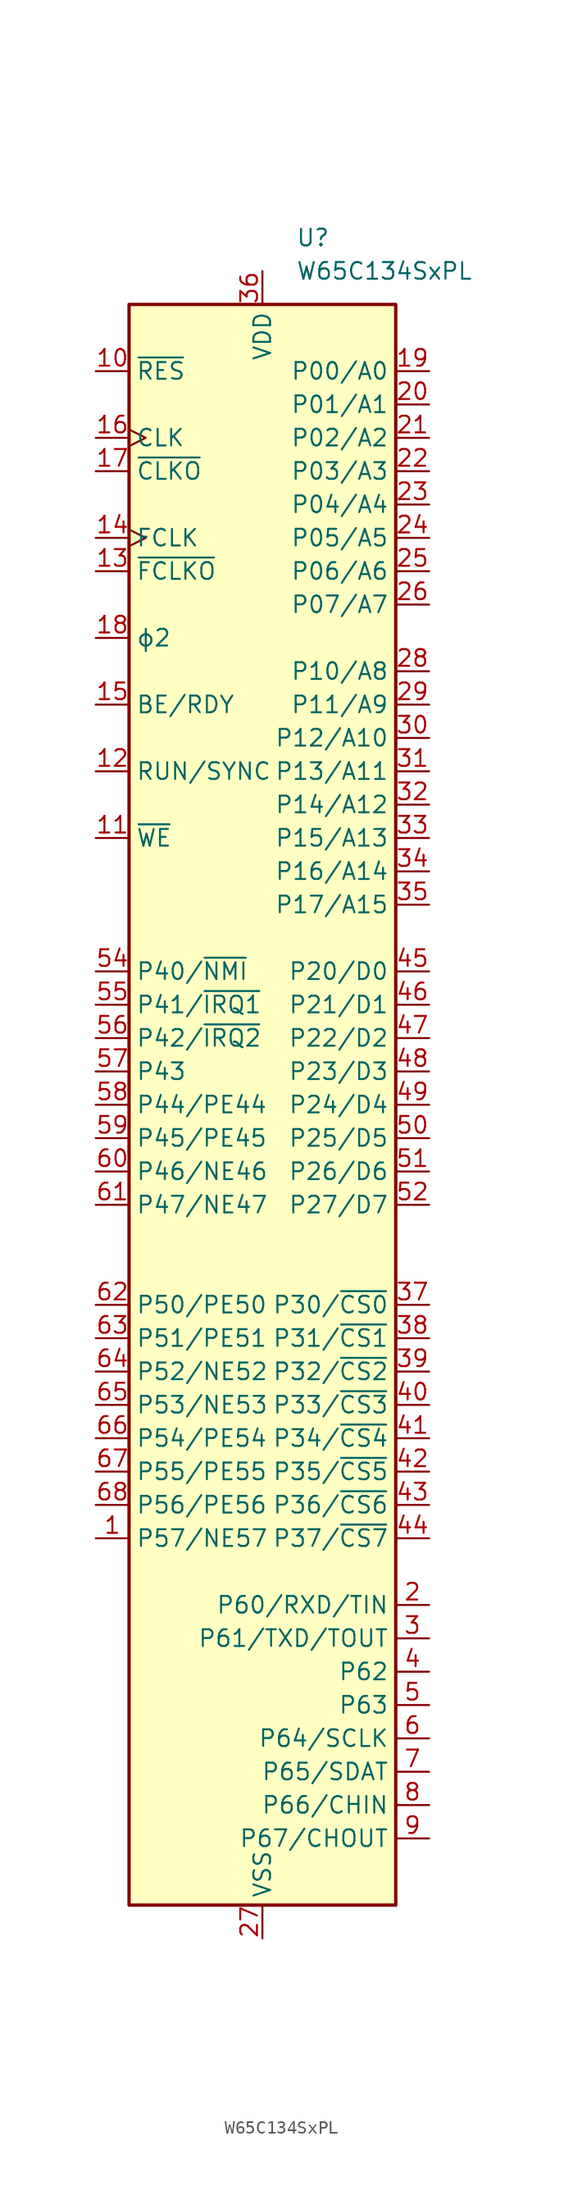
<source format=kicad_sym>
(kicad_symbol_lib
  (version 20220914)
  (generator kicad_symbol_editor)
  (symbol "W65C134SxPL"
    (property "Reference" "U"
      (at 2.54 66.04 0)
      (effects (font (size 1.27 1.27)) (justify left)))
    (property "Value" "W65C134SxPL"
      (at 2.54 63.5 0)
      (effects (font (size 1.27 1.27)) (justify left)))
    (symbol "W65C134SxPL_0_1"
      (rectangle (start -10.16 60.96) (end 10.16 -60.96) (stroke (width 0.254) (type default)) (fill (type background))))
    (symbol "W65C134SxPL_1_1"
      (pin bidirectional line (at -12.7 -33.02 0) (length 2.54) (name "P57/NE57" (effects (font (size 1.27 1.27)))) (number "1" (effects (font (size 1.27 1.27)))))
      (pin open_collector line (at -12.7 55.88 0) (length 2.54) (name "~{RES}" (effects (font (size 1.27 1.27)))) (number "10" (effects (font (size 1.27 1.27)))))
      (pin bidirectional line (at -12.7 20.32 0) (length 2.54) (name "~{WE}" (effects (font (size 1.27 1.27)))) (number "11" (effects (font (size 1.27 1.27)))))
      (pin output line (at -12.7 25.4 0) (length 2.54) (name "RUN/SYNC" (effects (font (size 1.27 1.27)))) (number "12" (effects (font (size 1.27 1.27)))))
      (pin output line (at -12.7 40.64 0) (length 2.54) (name "~{FCLKO}" (effects (font (size 1.27 1.27)))) (number "13" (effects (font (size 1.27 1.27)))))
      (pin input clock (at -12.7 43.18 0) (length 2.54) (name "FCLK" (effects (font (size 1.27 1.27)))) (number "14" (effects (font (size 1.27 1.27)))))
      (pin input line (at -12.7 30.48 0) (length 2.54) (name "BE/RDY" (effects (font (size 1.27 1.27)))) (number "15" (effects (font (size 1.27 1.27)))))
      (pin input clock (at -12.7 50.8 0) (length 2.54) (name "CLK" (effects (font (size 1.27 1.27)))) (number "16" (effects (font (size 1.27 1.27)))))
      (pin output line (at -12.7 48.26 0) (length 2.54) (name "~{CLKO}" (effects (font (size 1.27 1.27)))) (number "17" (effects (font (size 1.27 1.27)))))
      (pin output line (at -12.7 35.56 0) (length 2.54) (name "ϕ2" (effects (font (size 1.27 1.27)))) (number "18" (effects (font (size 1.27 1.27)))))
      (pin bidirectional line (at 12.7 55.88 180) (length 2.54) (name "P00/A0" (effects (font (size 1.27 1.27)))) (number "19" (effects (font (size 1.27 1.27)))))
      (pin bidirectional line (at 12.7 -38.1 180) (length 2.54) (name "P60/RXD/TIN" (effects (font (size 1.27 1.27)))) (number "2" (effects (font (size 1.27 1.27)))))
      (pin bidirectional line (at 12.7 53.34 180) (length 2.54) (name "P01/A1" (effects (font (size 1.27 1.27)))) (number "20" (effects (font (size 1.27 1.27)))))
      (pin bidirectional line (at 12.7 50.8 180) (length 2.54) (name "P02/A2" (effects (font (size 1.27 1.27)))) (number "21" (effects (font (size 1.27 1.27)))))
      (pin bidirectional line (at 12.7 48.26 180) (length 2.54) (name "P03/A3" (effects (font (size 1.27 1.27)))) (number "22" (effects (font (size 1.27 1.27)))))
      (pin bidirectional line (at 12.7 45.72 180) (length 2.54) (name "P04/A4" (effects (font (size 1.27 1.27)))) (number "23" (effects (font (size 1.27 1.27)))))
      (pin bidirectional line (at 12.7 43.18 180) (length 2.54) (name "P05/A5" (effects (font (size 1.27 1.27)))) (number "24" (effects (font (size 1.27 1.27)))))
      (pin bidirectional line (at 12.7 40.64 180) (length 2.54) (name "P06/A6" (effects (font (size 1.27 1.27)))) (number "25" (effects (font (size 1.27 1.27)))))
      (pin bidirectional line (at 12.7 38.1 180) (length 2.54) (name "P07/A7" (effects (font (size 1.27 1.27)))) (number "26" (effects (font (size 1.27 1.27)))))
      (pin power_in line (at 0 -63.5 90) (length 2.54) (name "VSS" (effects (font (size 1.27 1.27)))) (number "27" (effects (font (size 1.27 1.27)))))
      (pin bidirectional line (at 12.7 33.02 180) (length 2.54) (name "P10/A8" (effects (font (size 1.27 1.27)))) (number "28" (effects (font (size 1.27 1.27)))))
      (pin bidirectional line (at 12.7 30.48 180) (length 2.54) (name "P11/A9" (effects (font (size 1.27 1.27)))) (number "29" (effects (font (size 1.27 1.27)))))
      (pin bidirectional line (at 12.7 -40.64 180) (length 2.54) (name "P61/TXD/TOUT" (effects (font (size 1.27 1.27)))) (number "3" (effects (font (size 1.27 1.27)))))
      (pin bidirectional line (at 12.7 27.94 180) (length 2.54) (name "P12/A10" (effects (font (size 1.27 1.27)))) (number "30" (effects (font (size 1.27 1.27)))))
      (pin bidirectional line (at 12.7 25.4 180) (length 2.54) (name "P13/A11" (effects (font (size 1.27 1.27)))) (number "31" (effects (font (size 1.27 1.27)))))
      (pin bidirectional line (at 12.7 22.86 180) (length 2.54) (name "P14/A12" (effects (font (size 1.27 1.27)))) (number "32" (effects (font (size 1.27 1.27)))))
      (pin bidirectional line (at 12.7 20.32 180) (length 2.54) (name "P15/A13" (effects (font (size 1.27 1.27)))) (number "33" (effects (font (size 1.27 1.27)))))
      (pin bidirectional line (at 12.7 17.78 180) (length 2.54) (name "P16/A14" (effects (font (size 1.27 1.27)))) (number "34" (effects (font (size 1.27 1.27)))))
      (pin bidirectional line (at 12.7 15.24 180) (length 2.54) (name "P17/A15" (effects (font (size 1.27 1.27)))) (number "35" (effects (font (size 1.27 1.27)))))
      (pin power_in line (at 0 63.5 270) (length 2.54) (name "VDD" (effects (font (size 1.27 1.27)))) (number "36" (effects (font (size 1.27 1.27)))))
      (pin output line (at 12.7 -15.24 180) (length 2.54) (name "P30/~{CS0}" (effects (font (size 1.27 1.27)))) (number "37" (effects (font (size 1.27 1.27)))))
      (pin output line (at 12.7 -17.78 180) (length 2.54) (name "P31/~{CS1}" (effects (font (size 1.27 1.27)))) (number "38" (effects (font (size 1.27 1.27)))))
      (pin output line (at 12.7 -20.32 180) (length 2.54) (name "P32/~{CS2}" (effects (font (size 1.27 1.27)))) (number "39" (effects (font (size 1.27 1.27)))))
      (pin bidirectional line (at 12.7 -43.18 180) (length 2.54) (name "P62" (effects (font (size 1.27 1.27)))) (number "4" (effects (font (size 1.27 1.27)))))
      (pin output line (at 12.7 -22.86 180) (length 2.54) (name "P33/~{CS3}" (effects (font (size 1.27 1.27)))) (number "40" (effects (font (size 1.27 1.27)))))
      (pin output line (at 12.7 -25.4 180) (length 2.54) (name "P34/~{CS4}" (effects (font (size 1.27 1.27)))) (number "41" (effects (font (size 1.27 1.27)))))
      (pin output line (at 12.7 -27.94 180) (length 2.54) (name "P35/~{CS5}" (effects (font (size 1.27 1.27)))) (number "42" (effects (font (size 1.27 1.27)))))
      (pin output line (at 12.7 -30.48 180) (length 2.54) (name "P36/~{CS6}" (effects (font (size 1.27 1.27)))) (number "43" (effects (font (size 1.27 1.27)))))
      (pin output line (at 12.7 -33.02 180) (length 2.54) (name "P37/~{CS7}" (effects (font (size 1.27 1.27)))) (number "44" (effects (font (size 1.27 1.27)))))
      (pin bidirectional line (at 12.7 10.16 180) (length 2.54) (name "P20/D0" (effects (font (size 1.27 1.27)))) (number "45" (effects (font (size 1.27 1.27)))))
      (pin bidirectional line (at 12.7 7.62 180) (length 2.54) (name "P21/D1" (effects (font (size 1.27 1.27)))) (number "46" (effects (font (size 1.27 1.27)))))
      (pin bidirectional line (at 12.7 5.08 180) (length 2.54) (name "P22/D2" (effects (font (size 1.27 1.27)))) (number "47" (effects (font (size 1.27 1.27)))))
      (pin bidirectional line (at 12.7 2.54 180) (length 2.54) (name "P23/D3" (effects (font (size 1.27 1.27)))) (number "48" (effects (font (size 1.27 1.27)))))
      (pin bidirectional line (at 12.7 0 180) (length 2.54) (name "P24/D4" (effects (font (size 1.27 1.27)))) (number "49" (effects (font (size 1.27 1.27)))))
      (pin bidirectional line (at 12.7 -45.72 180) (length 2.54) (name "P63" (effects (font (size 1.27 1.27)))) (number "5" (effects (font (size 1.27 1.27)))))
      (pin bidirectional line (at 12.7 -2.54 180) (length 2.54) (name "P25/D5" (effects (font (size 1.27 1.27)))) (number "50" (effects (font (size 1.27 1.27)))))
      (pin bidirectional line (at 12.7 -5.08 180) (length 2.54) (name "P26/D6" (effects (font (size 1.27 1.27)))) (number "51" (effects (font (size 1.27 1.27)))))
      (pin bidirectional line (at 12.7 -7.62 180) (length 2.54) (name "P27/D7" (effects (font (size 1.27 1.27)))) (number "52" (effects (font (size 1.27 1.27)))))
      (pin passive line (at 0 -63.5 90) (length 2.54) hide (name "VSS" (effects (font (size 1.27 1.27)))) (number "53" (effects (font (size 1.27 1.27)))))
      (pin bidirectional line (at -12.7 10.16 0) (length 2.54) (name "P40/~{NMI}" (effects (font (size 1.27 1.27)))) (number "54" (effects (font (size 1.27 1.27)))))
      (pin bidirectional line (at -12.7 7.62 0) (length 2.54) (name "P41/~{IRQ1}" (effects (font (size 1.27 1.27)))) (number "55" (effects (font (size 1.27 1.27)))))
      (pin bidirectional line (at -12.7 5.08 0) (length 2.54) (name "P42/~{IRQ2}" (effects (font (size 1.27 1.27)))) (number "56" (effects (font (size 1.27 1.27)))))
      (pin bidirectional line (at -12.7 2.54 0) (length 2.54) (name "P43" (effects (font (size 1.27 1.27)))) (number "57" (effects (font (size 1.27 1.27)))))
      (pin bidirectional line (at -12.7 0 0) (length 2.54) (name "P44/PE44" (effects (font (size 1.27 1.27)))) (number "58" (effects (font (size 1.27 1.27)))))
      (pin bidirectional line (at -12.7 -2.54 0) (length 2.54) (name "P45/PE45" (effects (font (size 1.27 1.27)))) (number "59" (effects (font (size 1.27 1.27)))))
      (pin bidirectional line (at 12.7 -48.26 180) (length 2.54) (name "P64/SCLK" (effects (font (size 1.27 1.27)))) (number "6" (effects (font (size 1.27 1.27)))))
      (pin bidirectional line (at -12.7 -5.08 0) (length 2.54) (name "P46/NE46" (effects (font (size 1.27 1.27)))) (number "60" (effects (font (size 1.27 1.27)))))
      (pin bidirectional line (at -12.7 -7.62 0) (length 2.54) (name "P47/NE47" (effects (font (size 1.27 1.27)))) (number "61" (effects (font (size 1.27 1.27)))))
      (pin bidirectional line (at -12.7 -15.24 0) (length 2.54) (name "P50/PE50" (effects (font (size 1.27 1.27)))) (number "62" (effects (font (size 1.27 1.27)))))
      (pin bidirectional line (at -12.7 -17.78 0) (length 2.54) (name "P51/PE51" (effects (font (size 1.27 1.27)))) (number "63" (effects (font (size 1.27 1.27)))))
      (pin bidirectional line (at -12.7 -20.32 0) (length 2.54) (name "P52/NE52" (effects (font (size 1.27 1.27)))) (number "64" (effects (font (size 1.27 1.27)))))
      (pin bidirectional line (at -12.7 -22.86 0) (length 2.54) (name "P53/NE53" (effects (font (size 1.27 1.27)))) (number "65" (effects (font (size 1.27 1.27)))))
      (pin bidirectional line (at -12.7 -25.4 0) (length 2.54) (name "P54/PE54" (effects (font (size 1.27 1.27)))) (number "66" (effects (font (size 1.27 1.27)))))
      (pin bidirectional line (at -12.7 -27.94 0) (length 2.54) (name "P55/PE55" (effects (font (size 1.27 1.27)))) (number "67" (effects (font (size 1.27 1.27)))))
      (pin bidirectional line (at -12.7 -30.48 0) (length 2.54) (name "P56/PE56" (effects (font (size 1.27 1.27)))) (number "68" (effects (font (size 1.27 1.27)))))
      (pin bidirectional line (at 12.7 -50.8 180) (length 2.54) (name "P65/SDAT" (effects (font (size 1.27 1.27)))) (number "7" (effects (font (size 1.27 1.27)))))
      (pin bidirectional line (at 12.7 -53.34 180) (length 2.54) (name "P66/CHIN" (effects (font (size 1.27 1.27)))) (number "8" (effects (font (size 1.27 1.27)))))
      (pin bidirectional line (at 12.7 -55.88 180) (length 2.54) (name "P67/CHOUT" (effects (font (size 1.27 1.27)))) (number "9" (effects (font (size 1.27 1.27))))))))
</source>
